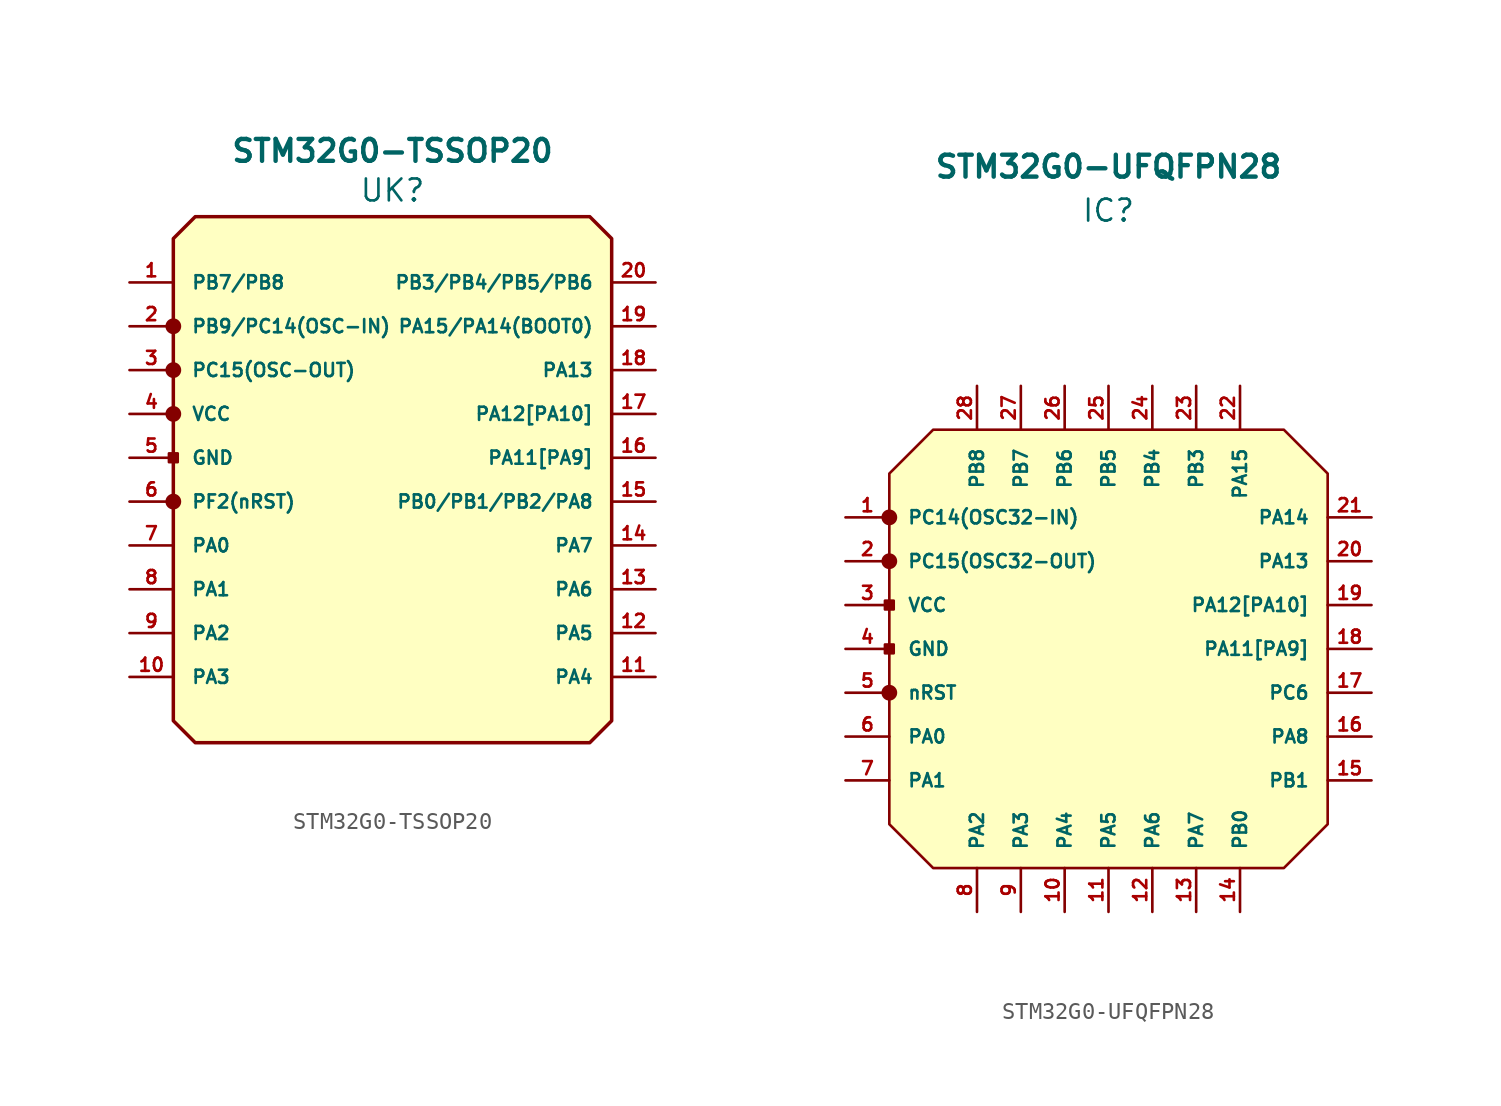
<source format=kicad_sym>
(kicad_symbol_lib
  (version 20231120)
  (generator "kicad_symbol_editor")
  (generator_version "8.0")
  (symbol "STM32G0-TSSOP20"
    (pin_names
      (offset 1.016))
    (property "Reference" "UK"
      (at 0 16.764 0)
      (effects (font (size 1.27 1.27))))
    (property "Value" "STM32G0-TSSOP20"
      (at 0 19.05 0)
      (effects (font (size 1.27 1.27) (bold yes))))
    (symbol "STM32G0-TSSOP20_0_1"
      (circle (center -12.7 -1.27) (radius 0.381) (stroke (width 0) (type solid)) (fill (type outline)))
      (circle (center -12.7 3.81) (radius 0.381) (stroke (width 0) (type solid)) (fill (type outline)))
      (circle (center -12.7 6.35) (radius 0.381) (stroke (width 0) (type solid)) (fill (type outline)))
      (circle (center -12.7 8.89) (radius 0.381) (stroke (width 0) (type solid)) (fill (type outline)))
      (polyline (pts (xy -12.954 1.524) (xy -12.954 1.016) (xy -12.446 1.016) (xy -12.446 1.524) (xy -12.954 1.524)) (stroke (width 0) (type solid)) (fill (type outline)))
      (polyline (pts (xy -6.35 -15.24) (xy -11.43 -15.24) (xy -12.7 -13.97) (xy -12.7 13.97) (xy -11.43 15.24) (xy 10.16 15.24) (xy 11.43 15.24) (xy 12.7 13.97) (xy 12.7 -13.97) (xy 11.43 -15.24) (xy -6.35 -15.24)) (stroke (width 0.203) (type solid)) (fill (type background))))
    (symbol "STM32G0-TSSOP20_1_1"
      (pin input line (at -15.24 11.43 0) (length 2.54) (name "PB7/PB8" (effects (font (size 0.762 0.762)))) (number "1" (effects (font (size 0.762 0.762)))))
      (pin bidirectional line (at -15.24 -11.43 0) (length 2.54) (name "PA3" (effects (font (size 0.762 0.762)))) (number "10" (effects (font (size 0.762 0.762)))))
      (pin bidirectional line (at 15.24 -11.43 180) (length 2.54) (name "PA4" (effects (font (size 0.762 0.762)))) (number "11" (effects (font (size 0.762 0.762)))))
      (pin bidirectional line (at 15.24 -8.89 180) (length 2.54) (name "PA5" (effects (font (size 0.762 0.762)))) (number "12" (effects (font (size 0.762 0.762)))))
      (pin bidirectional line (at 15.24 -6.35 180) (length 2.54) (name "PA6" (effects (font (size 0.762 0.762)))) (number "13" (effects (font (size 0.762 0.762)))))
      (pin bidirectional line (at 15.24 -3.81 180) (length 2.54) (name "PA7" (effects (font (size 0.762 0.762)))) (number "14" (effects (font (size 0.762 0.762)))))
      (pin bidirectional line (at 15.24 -1.27 180) (length 2.54) (name "PB0/PB1/PB2/PA8" (effects (font (size 0.762 0.762)))) (number "15" (effects (font (size 0.762 0.762)))))
      (pin bidirectional line (at 15.24 1.27 180) (length 2.54) (name "PA11[PA9]" (effects (font (size 0.762 0.762)))) (number "16" (effects (font (size 0.762 0.762)))))
      (pin bidirectional line (at 15.24 3.81 180) (length 2.54) (name "PA12[PA10]" (effects (font (size 0.762 0.762)))) (number "17" (effects (font (size 0.762 0.762)))))
      (pin bidirectional line (at 15.24 6.35 180) (length 2.54) (name "PA13" (effects (font (size 0.762 0.762)))) (number "18" (effects (font (size 0.762 0.762)))))
      (pin bidirectional line (at 15.24 8.89 180) (length 2.54) (name "PA15/PA14(BOOT0)" (effects (font (size 0.762 0.762)))) (number "19" (effects (font (size 0.762 0.762)))))
      (pin bidirectional line (at -15.24 8.89 0) (length 2.54) (name "PB9/PC14(OSC-IN)" (effects (font (size 0.762 0.762)))) (number "2" (effects (font (size 0.762 0.762)))))
      (pin bidirectional line (at 15.24 11.43 180) (length 2.54) (name "PB3/PB4/PB5/PB6" (effects (font (size 0.762 0.762)))) (number "20" (effects (font (size 0.762 0.762)))))
      (pin bidirectional line (at -15.24 6.35 0) (length 2.54) (name "PC15(OSC-OUT)" (effects (font (size 0.762 0.762)))) (number "3" (effects (font (size 0.762 0.762)))))
      (pin input line (at -15.24 3.81 0) (length 2.54) (name "VCC" (effects (font (size 0.762 0.762)))) (number "4" (effects (font (size 0.762 0.762)))))
      (pin power_in line (at -15.24 1.27 0) (length 2.54) (name "GND" (effects (font (size 0.762 0.762)))) (number "5" (effects (font (size 0.762 0.762)))))
      (pin bidirectional line (at -15.24 -1.27 0) (length 2.54) (name "PF2(nRST)" (effects (font (size 0.762 0.762)))) (number "6" (effects (font (size 0.762 0.762)))))
      (pin bidirectional line (at -15.24 -3.81 0) (length 2.54) (name "PA0" (effects (font (size 0.762 0.762)))) (number "7" (effects (font (size 0.762 0.762)))))
      (pin bidirectional line (at -15.24 -6.35 0) (length 2.54) (name "PA1" (effects (font (size 0.762 0.762)))) (number "8" (effects (font (size 0.762 0.762)))))
      (pin bidirectional line (at -15.24 -8.89 0) (length 2.54) (name "PA2" (effects (font (size 0.762 0.762)))) (number "9" (effects (font (size 0.762 0.762)))))))
  (symbol "STM32G0-UFQFPN28"
    (pin_names
      (offset 1.016))
    (property "Reference" "IC"
      (at 0 25.4 0)
      (effects (font (size 1.27 1.27))))
    (property "Value" "STM32G0-UFQFPN28"
      (at 0 27.94 0)
      (effects (font (size 1.27 1.27) (bold yes))))
    (symbol "STM32G0-UFQFPN28_0_1"
      (circle (center -12.7 -2.54) (radius 0.381) (stroke (width 0) (type solid)) (fill (type outline)))
      (circle (center -12.7 5.08) (radius 0.381) (stroke (width 0) (type solid)) (fill (type outline)))
      (circle (center -12.7 7.62) (radius 0.381) (stroke (width 0) (type solid)) (fill (type outline)))
      (polyline (pts (xy -12.954 0.254) (xy -12.954 -0.254) (xy -12.446 -0.254) (xy -12.446 0.254) (xy -12.954 0.254)) (stroke (width 0) (type solid)) (fill (type outline)))
      (polyline (pts (xy -12.954 2.794) (xy -12.954 2.286) (xy -12.446 2.286) (xy -12.446 2.794) (xy -12.954 2.794)) (stroke (width 0) (type solid)) (fill (type outline)))
      (polyline (pts (xy -12.7 -10.16) (xy -10.16 -12.7) (xy 10.16 -12.7) (xy 12.7 -10.16) (xy 12.7 10.16) (xy 10.16 12.7) (xy -10.16 12.7) (xy -12.7 10.16) (xy -12.7 -10.16)) (stroke (width 0) (type solid)) (fill (type background))))
    (symbol "STM32G0-UFQFPN28_1_1"
      (pin bidirectional line (at -15.24 7.62 0) (length 2.54) (name "PC14(OSC32-IN)" (effects (font (size 0.762 0.762)))) (number "1" (effects (font (size 0.762 0.762)))))
      (pin bidirectional line (at -2.54 -15.24 90) (length 2.54) (name "PA4" (effects (font (size 0.762 0.762)))) (number "10" (effects (font (size 0.762 0.762)))))
      (pin bidirectional line (at 0 -15.24 90) (length 2.54) (name "PA5" (effects (font (size 0.762 0.762)))) (number "11" (effects (font (size 0.762 0.762)))))
      (pin bidirectional line (at 2.54 -15.24 90) (length 2.54) (name "PA6" (effects (font (size 0.762 0.762)))) (number "12" (effects (font (size 0.762 0.762)))))
      (pin bidirectional line (at 5.08 -15.24 90) (length 2.54) (name "PA7" (effects (font (size 0.762 0.762)))) (number "13" (effects (font (size 0.762 0.762)))))
      (pin bidirectional line (at 7.62 -15.24 90) (length 2.54) (name "PB0" (effects (font (size 0.762 0.762)))) (number "14" (effects (font (size 0.762 0.762)))))
      (pin bidirectional line (at 15.24 -7.62 180) (length 2.54) (name "PB1" (effects (font (size 0.762 0.762)))) (number "15" (effects (font (size 0.762 0.762)))))
      (pin bidirectional line (at 15.24 -5.08 180) (length 2.54) (name "PA8" (effects (font (size 0.762 0.762)))) (number "16" (effects (font (size 0.762 0.762)))))
      (pin bidirectional line (at 15.24 -2.54 180) (length 2.54) (name "PC6" (effects (font (size 0.762 0.762)))) (number "17" (effects (font (size 0.762 0.762)))))
      (pin bidirectional line (at 15.24 0 180) (length 2.54) (name "PA11[PA9]" (effects (font (size 0.762 0.762)))) (number "18" (effects (font (size 0.762 0.762)))))
      (pin bidirectional line (at 15.24 2.54 180) (length 2.54) (name "PA12[PA10]" (effects (font (size 0.762 0.762)))) (number "19" (effects (font (size 0.762 0.762)))))
      (pin bidirectional line (at -15.24 5.08 0) (length 2.54) (name "PC15(OSC32-OUT)" (effects (font (size 0.762 0.762)))) (number "2" (effects (font (size 0.762 0.762)))))
      (pin bidirectional line (at 15.24 5.08 180) (length 2.54) (name "PA13" (effects (font (size 0.762 0.762)))) (number "20" (effects (font (size 0.762 0.762)))))
      (pin bidirectional line (at 15.24 7.62 180) (length 2.54) (name "PA14" (effects (font (size 0.762 0.762)))) (number "21" (effects (font (size 0.762 0.762)))))
      (pin bidirectional line (at 7.62 15.24 270) (length 2.54) (name "PA15" (effects (font (size 0.762 0.762)))) (number "22" (effects (font (size 0.762 0.762)))))
      (pin bidirectional line (at 5.08 15.24 270) (length 2.54) (name "PB3" (effects (font (size 0.762 0.762)))) (number "23" (effects (font (size 0.762 0.762)))))
      (pin bidirectional line (at 2.54 15.24 270) (length 2.54) (name "PB4" (effects (font (size 0.762 0.762)))) (number "24" (effects (font (size 0.762 0.762)))))
      (pin bidirectional line (at 0 15.24 270) (length 2.54) (name "PB5" (effects (font (size 0.762 0.762)))) (number "25" (effects (font (size 0.762 0.762)))))
      (pin bidirectional line (at -2.54 15.24 270) (length 2.54) (name "PB6" (effects (font (size 0.762 0.762)))) (number "26" (effects (font (size 0.762 0.762)))))
      (pin bidirectional line (at -5.08 15.24 270) (length 2.54) (name "PB7" (effects (font (size 0.762 0.762)))) (number "27" (effects (font (size 0.762 0.762)))))
      (pin bidirectional line (at -7.62 15.24 270) (length 2.54) (name "PB8" (effects (font (size 0.762 0.762)))) (number "28" (effects (font (size 0.762 0.762)))))
      (pin power_in line (at -15.24 2.54 0) (length 2.54) (name "VCC" (effects (font (size 0.762 0.762)))) (number "3" (effects (font (size 0.762 0.762)))))
      (pin power_in line (at -15.24 0 0) (length 2.54) (name "GND" (effects (font (size 0.762 0.762)))) (number "4" (effects (font (size 0.762 0.762)))))
      (pin input line (at -15.24 -2.54 0) (length 2.54) (name "nRST" (effects (font (size 0.762 0.762)))) (number "5" (effects (font (size 0.762 0.762)))))
      (pin bidirectional line (at -15.24 -5.08 0) (length 2.54) (name "PA0" (effects (font (size 0.762 0.762)))) (number "6" (effects (font (size 0.762 0.762)))))
      (pin bidirectional line (at -15.24 -7.62 0) (length 2.54) (name "PA1" (effects (font (size 0.762 0.762)))) (number "7" (effects (font (size 0.762 0.762)))))
      (pin bidirectional line (at -7.62 -15.24 90) (length 2.54) (name "PA2" (effects (font (size 0.762 0.762)))) (number "8" (effects (font (size 0.762 0.762)))))
      (pin bidirectional line (at -5.08 -15.24 90) (length 2.54) (name "PA3" (effects (font (size 0.762 0.762)))) (number "9" (effects (font (size 0.762 0.762))))))))
</source>
